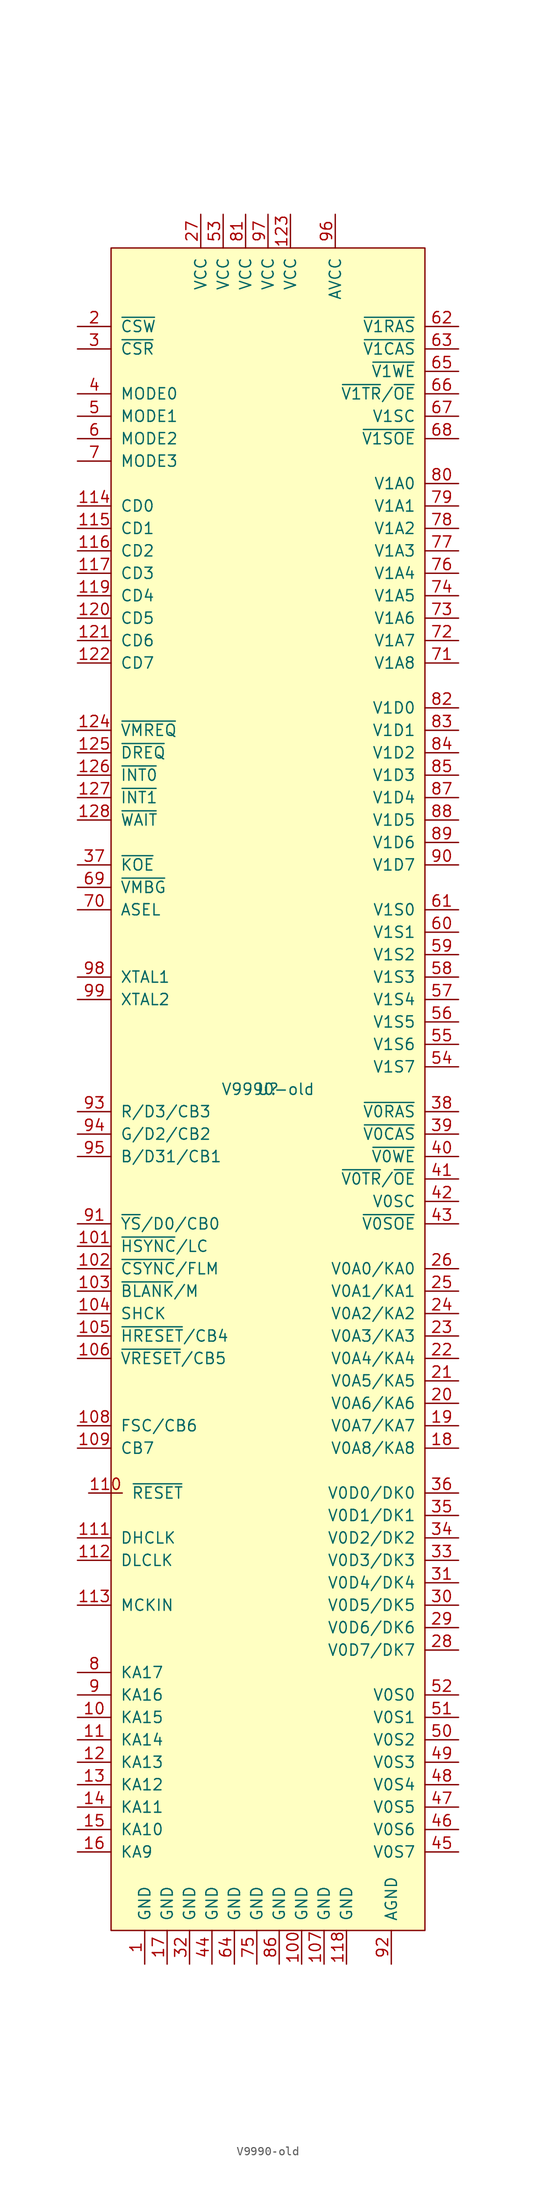
<source format=kicad_sym>
(kicad_symbol_lib
  (version 20211014)
  (generator kicad_symbol_editor)
  (symbol "V9990-old"
    (pin_names
      (offset 1.016))
    (property "Reference" "U"
      (at 0 0 0)
      (effects (font (size 1.27 1.27))))
    (property "Value" "V9990-old"
      (at 0 0 0)
      (effects (font (size 1.27 1.27))))
    (symbol "V9990-old_0_1"
      (rectangle (start 17.78 -95.25) (end -17.78 95.25) (stroke (width 0) (type default) (color 0 0 0 0)) (fill (type background))))
    (symbol "V9990-old_1_1"
      (pin power_in line (at -13.97 -99.06 90) (length 3.81) (name "GND" (effects (font (size 1.27 1.27)))) (number "1" (effects (font (size 1.27 1.27)))))
      (pin output line (at -21.59 -71.12 0) (length 3.81) (name "KA15" (effects (font (size 1.27 1.27)))) (number "10" (effects (font (size 1.27 1.27)))))
      (pin power_in line (at 3.81 -99.06 90) (length 3.81) (name "GND" (effects (font (size 1.27 1.27)))) (number "100" (effects (font (size 1.27 1.27)))))
      (pin output line (at -21.59 -17.78 0) (length 3.81) (name "~{HSYNC}/LC" (effects (font (size 1.27 1.27)))) (number "101" (effects (font (size 1.27 1.27)))))
      (pin output line (at -21.59 -20.32 0) (length 3.81) (name "~{CSYNC}/FLM" (effects (font (size 1.27 1.27)))) (number "102" (effects (font (size 1.27 1.27)))))
      (pin output line (at -21.59 -22.86 0) (length 3.81) (name "~{BLANK}/M" (effects (font (size 1.27 1.27)))) (number "103" (effects (font (size 1.27 1.27)))))
      (pin output line (at -21.59 -25.4 0) (length 3.81) (name "SHCK" (effects (font (size 1.27 1.27)))) (number "104" (effects (font (size 1.27 1.27)))))
      (pin bidirectional line (at -21.59 -27.94 0) (length 3.81) (name "~{HRESET}/CB4" (effects (font (size 1.27 1.27)))) (number "105" (effects (font (size 1.27 1.27)))))
      (pin bidirectional line (at -21.59 -30.48 0) (length 3.81) (name "~{VRESET}/CB5" (effects (font (size 1.27 1.27)))) (number "106" (effects (font (size 1.27 1.27)))))
      (pin power_in line (at 6.35 -99.06 90) (length 3.81) (name "GND" (effects (font (size 1.27 1.27)))) (number "107" (effects (font (size 1.27 1.27)))))
      (pin output line (at -21.59 -38.1 0) (length 3.81) (name "FSC/CB6" (effects (font (size 1.27 1.27)))) (number "108" (effects (font (size 1.27 1.27)))))
      (pin output line (at -21.59 -40.64 0) (length 3.81) (name "CB7" (effects (font (size 1.27 1.27)))) (number "109" (effects (font (size 1.27 1.27)))))
      (pin output line (at -21.59 -73.66 0) (length 3.81) (name "KA14" (effects (font (size 1.27 1.27)))) (number "11" (effects (font (size 1.27 1.27)))))
      (pin input line (at -20.32 -45.72 0) (length 3.81) (name "~{RESET}" (effects (font (size 1.27 1.27)))) (number "110" (effects (font (size 1.27 1.27)))))
      (pin output line (at -21.59 -50.8 0) (length 3.81) (name "DHCLK" (effects (font (size 1.27 1.27)))) (number "111" (effects (font (size 1.27 1.27)))))
      (pin output line (at -21.59 -53.34 0) (length 3.81) (name "DLCLK" (effects (font (size 1.27 1.27)))) (number "112" (effects (font (size 1.27 1.27)))))
      (pin input line (at -21.59 -58.42 0) (length 3.81) (name "MCKIN" (effects (font (size 1.27 1.27)))) (number "113" (effects (font (size 1.27 1.27)))))
      (pin bidirectional line (at -21.59 66.04 0) (length 3.81) (name "CD0" (effects (font (size 1.27 1.27)))) (number "114" (effects (font (size 1.27 1.27)))))
      (pin bidirectional line (at -21.59 63.5 0) (length 3.81) (name "CD1" (effects (font (size 1.27 1.27)))) (number "115" (effects (font (size 1.27 1.27)))))
      (pin bidirectional line (at -21.59 60.96 0) (length 3.81) (name "CD2" (effects (font (size 1.27 1.27)))) (number "116" (effects (font (size 1.27 1.27)))))
      (pin bidirectional line (at -21.59 58.42 0) (length 3.81) (name "CD3" (effects (font (size 1.27 1.27)))) (number "117" (effects (font (size 1.27 1.27)))))
      (pin power_in line (at 8.89 -99.06 90) (length 3.81) (name "GND" (effects (font (size 1.27 1.27)))) (number "118" (effects (font (size 1.27 1.27)))))
      (pin bidirectional line (at -21.59 55.88 0) (length 3.81) (name "CD4" (effects (font (size 1.27 1.27)))) (number "119" (effects (font (size 1.27 1.27)))))
      (pin output line (at -21.59 -76.2 0) (length 3.81) (name "KA13" (effects (font (size 1.27 1.27)))) (number "12" (effects (font (size 1.27 1.27)))))
      (pin bidirectional line (at -21.59 53.34 0) (length 3.81) (name "CD5" (effects (font (size 1.27 1.27)))) (number "120" (effects (font (size 1.27 1.27)))))
      (pin bidirectional line (at -21.59 50.8 0) (length 3.81) (name "CD6" (effects (font (size 1.27 1.27)))) (number "121" (effects (font (size 1.27 1.27)))))
      (pin bidirectional line (at -21.59 48.26 0) (length 3.81) (name "CD7" (effects (font (size 1.27 1.27)))) (number "122" (effects (font (size 1.27 1.27)))))
      (pin power_in line (at 2.54 99.06 270) (length 3.81) (name "VCC" (effects (font (size 1.27 1.27)))) (number "123" (effects (font (size 1.27 1.27)))))
      (pin input line (at -21.59 40.64 0) (length 3.81) (name "~{VMREQ}" (effects (font (size 1.27 1.27)))) (number "124" (effects (font (size 1.27 1.27)))))
      (pin output line (at -21.59 38.1 0) (length 3.81) (name "~{DREQ}" (effects (font (size 1.27 1.27)))) (number "125" (effects (font (size 1.27 1.27)))))
      (pin open_collector line (at -21.59 35.56 0) (length 3.81) (name "~{INT0}" (effects (font (size 1.27 1.27)))) (number "126" (effects (font (size 1.27 1.27)))))
      (pin open_collector line (at -21.59 33.02 0) (length 3.81) (name "~{INT1}" (effects (font (size 1.27 1.27)))) (number "127" (effects (font (size 1.27 1.27)))))
      (pin output line (at -21.59 30.48 0) (length 3.81) (name "~{WAIT}" (effects (font (size 1.27 1.27)))) (number "128" (effects (font (size 1.27 1.27)))))
      (pin output line (at -21.59 -78.74 0) (length 3.81) (name "KA12" (effects (font (size 1.27 1.27)))) (number "13" (effects (font (size 1.27 1.27)))))
      (pin output line (at -21.59 -81.28 0) (length 3.81) (name "KA11" (effects (font (size 1.27 1.27)))) (number "14" (effects (font (size 1.27 1.27)))))
      (pin output line (at -21.59 -83.82 0) (length 3.81) (name "KA10" (effects (font (size 1.27 1.27)))) (number "15" (effects (font (size 1.27 1.27)))))
      (pin output line (at -21.59 -86.36 0) (length 3.81) (name "KA9" (effects (font (size 1.27 1.27)))) (number "16" (effects (font (size 1.27 1.27)))))
      (pin power_in line (at -11.43 -99.06 90) (length 3.81) (name "GND" (effects (font (size 1.27 1.27)))) (number "17" (effects (font (size 1.27 1.27)))))
      (pin output line (at 21.59 -40.64 180) (length 3.81) (name "V0A8/KA8" (effects (font (size 1.27 1.27)))) (number "18" (effects (font (size 1.27 1.27)))))
      (pin output line (at 21.59 -38.1 180) (length 3.81) (name "V0A7/KA7" (effects (font (size 1.27 1.27)))) (number "19" (effects (font (size 1.27 1.27)))))
      (pin input line (at -21.59 86.36 0) (length 3.81) (name "~{CSW}" (effects (font (size 1.27 1.27)))) (number "2" (effects (font (size 1.27 1.27)))))
      (pin output line (at 21.59 -35.56 180) (length 3.81) (name "V0A6/KA6" (effects (font (size 1.27 1.27)))) (number "20" (effects (font (size 1.27 1.27)))))
      (pin output line (at 21.59 -33.02 180) (length 3.81) (name "V0A5/KA5" (effects (font (size 1.27 1.27)))) (number "21" (effects (font (size 1.27 1.27)))))
      (pin output line (at 21.59 -30.48 180) (length 3.81) (name "V0A4/KA4" (effects (font (size 1.27 1.27)))) (number "22" (effects (font (size 1.27 1.27)))))
      (pin output line (at 21.59 -27.94 180) (length 3.81) (name "V0A3/KA3" (effects (font (size 1.27 1.27)))) (number "23" (effects (font (size 1.27 1.27)))))
      (pin output line (at 21.59 -25.4 180) (length 3.81) (name "V0A2/KA2" (effects (font (size 1.27 1.27)))) (number "24" (effects (font (size 1.27 1.27)))))
      (pin output line (at 21.59 -22.86 180) (length 3.81) (name "V0A1/KA1" (effects (font (size 1.27 1.27)))) (number "25" (effects (font (size 1.27 1.27)))))
      (pin output line (at 21.59 -20.32 180) (length 3.81) (name "V0A0/KA0" (effects (font (size 1.27 1.27)))) (number "26" (effects (font (size 1.27 1.27)))))
      (pin power_in line (at -7.62 99.06 270) (length 3.81) (name "VCC" (effects (font (size 1.27 1.27)))) (number "27" (effects (font (size 1.27 1.27)))))
      (pin bidirectional line (at 21.59 -63.5 180) (length 3.81) (name "V0D7/DK7" (effects (font (size 1.27 1.27)))) (number "28" (effects (font (size 1.27 1.27)))))
      (pin bidirectional line (at 21.59 -60.96 180) (length 3.81) (name "V0D6/DK6" (effects (font (size 1.27 1.27)))) (number "29" (effects (font (size 1.27 1.27)))))
      (pin input line (at -21.59 83.82 0) (length 3.81) (name "~{CSR}" (effects (font (size 1.27 1.27)))) (number "3" (effects (font (size 1.27 1.27)))))
      (pin bidirectional line (at 21.59 -58.42 180) (length 3.81) (name "V0D5/DK5" (effects (font (size 1.27 1.27)))) (number "30" (effects (font (size 1.27 1.27)))))
      (pin bidirectional line (at 21.59 -55.88 180) (length 3.81) (name "V0D4/DK4" (effects (font (size 1.27 1.27)))) (number "31" (effects (font (size 1.27 1.27)))))
      (pin power_in line (at -8.89 -99.06 90) (length 3.81) (name "GND" (effects (font (size 1.27 1.27)))) (number "32" (effects (font (size 1.27 1.27)))))
      (pin bidirectional line (at 21.59 -53.34 180) (length 3.81) (name "V0D3/DK3" (effects (font (size 1.27 1.27)))) (number "33" (effects (font (size 1.27 1.27)))))
      (pin bidirectional line (at 21.59 -50.8 180) (length 3.81) (name "V0D2/DK2" (effects (font (size 1.27 1.27)))) (number "34" (effects (font (size 1.27 1.27)))))
      (pin bidirectional line (at 21.59 -48.26 180) (length 3.81) (name "V0D1/DK1" (effects (font (size 1.27 1.27)))) (number "35" (effects (font (size 1.27 1.27)))))
      (pin bidirectional line (at 21.59 -45.72 180) (length 3.81) (name "V0D0/DK0" (effects (font (size 1.27 1.27)))) (number "36" (effects (font (size 1.27 1.27)))))
      (pin output line (at -21.59 25.4 0) (length 3.81) (name "~{KOE}" (effects (font (size 1.27 1.27)))) (number "37" (effects (font (size 1.27 1.27)))))
      (pin output line (at 21.59 -2.54 180) (length 3.81) (name "~{V0RAS}" (effects (font (size 1.27 1.27)))) (number "38" (effects (font (size 1.27 1.27)))))
      (pin output line (at 21.59 -5.08 180) (length 3.81) (name "~{V0CAS}" (effects (font (size 1.27 1.27)))) (number "39" (effects (font (size 1.27 1.27)))))
      (pin input line (at -21.59 78.74 0) (length 3.81) (name "MODE0" (effects (font (size 1.27 1.27)))) (number "4" (effects (font (size 1.27 1.27)))))
      (pin output line (at 21.59 -7.62 180) (length 3.81) (name "~{V0WE}" (effects (font (size 1.27 1.27)))) (number "40" (effects (font (size 1.27 1.27)))))
      (pin output line (at 21.59 -10.16 180) (length 3.81) (name "~{V0TR}/~{OE}" (effects (font (size 1.27 1.27)))) (number "41" (effects (font (size 1.27 1.27)))))
      (pin output line (at 21.59 -12.7 180) (length 3.81) (name "V0SC" (effects (font (size 1.27 1.27)))) (number "42" (effects (font (size 1.27 1.27)))))
      (pin output line (at 21.59 -15.24 180) (length 3.81) (name "~{V0SOE}" (effects (font (size 1.27 1.27)))) (number "43" (effects (font (size 1.27 1.27)))))
      (pin power_in line (at -6.35 -99.06 90) (length 3.81) (name "GND" (effects (font (size 1.27 1.27)))) (number "44" (effects (font (size 1.27 1.27)))))
      (pin input line (at 21.59 -86.36 180) (length 3.81) (name "V0S7" (effects (font (size 1.27 1.27)))) (number "45" (effects (font (size 1.27 1.27)))))
      (pin input line (at 21.59 -83.82 180) (length 3.81) (name "V0S6" (effects (font (size 1.27 1.27)))) (number "46" (effects (font (size 1.27 1.27)))))
      (pin input line (at 21.59 -81.28 180) (length 3.81) (name "V0S5" (effects (font (size 1.27 1.27)))) (number "47" (effects (font (size 1.27 1.27)))))
      (pin input line (at 21.59 -78.74 180) (length 3.81) (name "V0S4" (effects (font (size 1.27 1.27)))) (number "48" (effects (font (size 1.27 1.27)))))
      (pin input line (at 21.59 -76.2 180) (length 3.81) (name "V0S3" (effects (font (size 1.27 1.27)))) (number "49" (effects (font (size 1.27 1.27)))))
      (pin input line (at -21.59 76.2 0) (length 3.81) (name "MODE1" (effects (font (size 1.27 1.27)))) (number "5" (effects (font (size 1.27 1.27)))))
      (pin input line (at 21.59 -73.66 180) (length 3.81) (name "V0S2" (effects (font (size 1.27 1.27)))) (number "50" (effects (font (size 1.27 1.27)))))
      (pin input line (at 21.59 -71.12 180) (length 3.81) (name "V0S1" (effects (font (size 1.27 1.27)))) (number "51" (effects (font (size 1.27 1.27)))))
      (pin input line (at 21.59 -68.58 180) (length 3.81) (name "V0S0" (effects (font (size 1.27 1.27)))) (number "52" (effects (font (size 1.27 1.27)))))
      (pin power_in line (at -5.08 99.06 270) (length 3.81) (name "VCC" (effects (font (size 1.27 1.27)))) (number "53" (effects (font (size 1.27 1.27)))))
      (pin input line (at 21.59 2.54 180) (length 3.81) (name "V1S7" (effects (font (size 1.27 1.27)))) (number "54" (effects (font (size 1.27 1.27)))))
      (pin input line (at 21.59 5.08 180) (length 3.81) (name "V1S6" (effects (font (size 1.27 1.27)))) (number "55" (effects (font (size 1.27 1.27)))))
      (pin input line (at 21.59 7.62 180) (length 3.81) (name "V1S5" (effects (font (size 1.27 1.27)))) (number "56" (effects (font (size 1.27 1.27)))))
      (pin input line (at 21.59 10.16 180) (length 3.81) (name "V1S4" (effects (font (size 1.27 1.27)))) (number "57" (effects (font (size 1.27 1.27)))))
      (pin input line (at 21.59 12.7 180) (length 3.81) (name "V1S3" (effects (font (size 1.27 1.27)))) (number "58" (effects (font (size 1.27 1.27)))))
      (pin input line (at 21.59 15.24 180) (length 3.81) (name "V1S2" (effects (font (size 1.27 1.27)))) (number "59" (effects (font (size 1.27 1.27)))))
      (pin input line (at -21.59 73.66 0) (length 3.81) (name "MODE2" (effects (font (size 1.27 1.27)))) (number "6" (effects (font (size 1.27 1.27)))))
      (pin input line (at 21.59 17.78 180) (length 3.81) (name "V1S1" (effects (font (size 1.27 1.27)))) (number "60" (effects (font (size 1.27 1.27)))))
      (pin input line (at 21.59 20.32 180) (length 3.81) (name "V1S0" (effects (font (size 1.27 1.27)))) (number "61" (effects (font (size 1.27 1.27)))))
      (pin output line (at 21.59 86.36 180) (length 3.81) (name "~{V1RAS}" (effects (font (size 1.27 1.27)))) (number "62" (effects (font (size 1.27 1.27)))))
      (pin output line (at 21.59 83.82 180) (length 3.81) (name "~{V1CAS}" (effects (font (size 1.27 1.27)))) (number "63" (effects (font (size 1.27 1.27)))))
      (pin power_in line (at -3.81 -99.06 90) (length 3.81) (name "GND" (effects (font (size 1.27 1.27)))) (number "64" (effects (font (size 1.27 1.27)))))
      (pin output line (at 21.59 81.28 180) (length 3.81) (name "~{V1WE}" (effects (font (size 1.27 1.27)))) (number "65" (effects (font (size 1.27 1.27)))))
      (pin output line (at 21.59 78.74 180) (length 3.81) (name "~{V1TR}/~{OE}" (effects (font (size 1.27 1.27)))) (number "66" (effects (font (size 1.27 1.27)))))
      (pin output line (at 21.59 76.2 180) (length 3.81) (name "V1SC" (effects (font (size 1.27 1.27)))) (number "67" (effects (font (size 1.27 1.27)))))
      (pin output line (at 21.59 73.66 180) (length 3.81) (name "~{V1SOE}" (effects (font (size 1.27 1.27)))) (number "68" (effects (font (size 1.27 1.27)))))
      (pin output line (at -21.59 22.86 0) (length 3.81) (name "~{VMBG}" (effects (font (size 1.27 1.27)))) (number "69" (effects (font (size 1.27 1.27)))))
      (pin input line (at -21.59 71.12 0) (length 3.81) (name "MODE3" (effects (font (size 1.27 1.27)))) (number "7" (effects (font (size 1.27 1.27)))))
      (pin output line (at -21.59 20.32 0) (length 3.81) (name "ASEL" (effects (font (size 1.27 1.27)))) (number "70" (effects (font (size 1.27 1.27)))))
      (pin output line (at 21.59 48.26 180) (length 3.81) (name "V1A8" (effects (font (size 1.27 1.27)))) (number "71" (effects (font (size 1.27 1.27)))))
      (pin output line (at 21.59 50.8 180) (length 3.81) (name "V1A7" (effects (font (size 1.27 1.27)))) (number "72" (effects (font (size 1.27 1.27)))))
      (pin output line (at 21.59 53.34 180) (length 3.81) (name "V1A6" (effects (font (size 1.27 1.27)))) (number "73" (effects (font (size 1.27 1.27)))))
      (pin output line (at 21.59 55.88 180) (length 3.81) (name "V1A5" (effects (font (size 1.27 1.27)))) (number "74" (effects (font (size 1.27 1.27)))))
      (pin power_in line (at -1.27 -99.06 90) (length 3.81) (name "GND" (effects (font (size 1.27 1.27)))) (number "75" (effects (font (size 1.27 1.27)))))
      (pin output line (at 21.59 58.42 180) (length 3.81) (name "V1A4" (effects (font (size 1.27 1.27)))) (number "76" (effects (font (size 1.27 1.27)))))
      (pin output line (at 21.59 60.96 180) (length 3.81) (name "V1A3" (effects (font (size 1.27 1.27)))) (number "77" (effects (font (size 1.27 1.27)))))
      (pin output line (at 21.59 63.5 180) (length 3.81) (name "V1A2" (effects (font (size 1.27 1.27)))) (number "78" (effects (font (size 1.27 1.27)))))
      (pin output line (at 21.59 66.04 180) (length 3.81) (name "V1A1" (effects (font (size 1.27 1.27)))) (number "79" (effects (font (size 1.27 1.27)))))
      (pin output line (at -21.59 -66.04 0) (length 3.81) (name "KA17" (effects (font (size 1.27 1.27)))) (number "8" (effects (font (size 1.27 1.27)))))
      (pin output line (at 21.59 68.58 180) (length 3.81) (name "V1A0" (effects (font (size 1.27 1.27)))) (number "80" (effects (font (size 1.27 1.27)))))
      (pin power_in line (at -2.54 99.06 270) (length 3.81) (name "VCC" (effects (font (size 1.27 1.27)))) (number "81" (effects (font (size 1.27 1.27)))))
      (pin bidirectional line (at 21.59 43.18 180) (length 3.81) (name "V1D0" (effects (font (size 1.27 1.27)))) (number "82" (effects (font (size 1.27 1.27)))))
      (pin bidirectional line (at 21.59 40.64 180) (length 3.81) (name "V1D1" (effects (font (size 1.27 1.27)))) (number "83" (effects (font (size 1.27 1.27)))))
      (pin bidirectional line (at 21.59 38.1 180) (length 3.81) (name "V1D2" (effects (font (size 1.27 1.27)))) (number "84" (effects (font (size 1.27 1.27)))))
      (pin bidirectional line (at 21.59 35.56 180) (length 3.81) (name "V1D3" (effects (font (size 1.27 1.27)))) (number "85" (effects (font (size 1.27 1.27)))))
      (pin power_in line (at 1.27 -99.06 90) (length 3.81) (name "GND" (effects (font (size 1.27 1.27)))) (number "86" (effects (font (size 1.27 1.27)))))
      (pin bidirectional line (at 21.59 33.02 180) (length 3.81) (name "V1D4" (effects (font (size 1.27 1.27)))) (number "87" (effects (font (size 1.27 1.27)))))
      (pin bidirectional line (at 21.59 30.48 180) (length 3.81) (name "V1D5" (effects (font (size 1.27 1.27)))) (number "88" (effects (font (size 1.27 1.27)))))
      (pin bidirectional line (at 21.59 27.94 180) (length 3.81) (name "V1D6" (effects (font (size 1.27 1.27)))) (number "89" (effects (font (size 1.27 1.27)))))
      (pin output line (at -21.59 -68.58 0) (length 3.81) (name "KA16" (effects (font (size 1.27 1.27)))) (number "9" (effects (font (size 1.27 1.27)))))
      (pin bidirectional line (at 21.59 25.4 180) (length 3.81) (name "V1D7" (effects (font (size 1.27 1.27)))) (number "90" (effects (font (size 1.27 1.27)))))
      (pin output line (at -21.59 -15.24 0) (length 3.81) (name "~{YS}/D0/CB0" (effects (font (size 1.27 1.27)))) (number "91" (effects (font (size 1.27 1.27)))))
      (pin power_in line (at 13.97 -99.06 90) (length 3.81) (name "AGND" (effects (font (size 1.27 1.27)))) (number "92" (effects (font (size 1.27 1.27)))))
      (pin output line (at -21.59 -2.54 0) (length 3.81) (name "R/D3/CB3" (effects (font (size 1.27 1.27)))) (number "93" (effects (font (size 1.27 1.27)))))
      (pin output line (at -21.59 -5.08 0) (length 3.81) (name "G/D2/CB2" (effects (font (size 1.27 1.27)))) (number "94" (effects (font (size 1.27 1.27)))))
      (pin output line (at -21.59 -7.62 0) (length 3.81) (name "B/D31/CB1" (effects (font (size 1.27 1.27)))) (number "95" (effects (font (size 1.27 1.27)))))
      (pin power_in line (at 7.62 99.06 270) (length 3.81) (name "AVCC" (effects (font (size 1.27 1.27)))) (number "96" (effects (font (size 1.27 1.27)))))
      (pin power_in line (at 0 99.06 270) (length 3.81) (name "VCC" (effects (font (size 1.27 1.27)))) (number "97" (effects (font (size 1.27 1.27)))))
      (pin input line (at -21.59 12.7 0) (length 3.81) (name "XTAL1" (effects (font (size 1.27 1.27)))) (number "98" (effects (font (size 1.27 1.27)))))
      (pin output line (at -21.59 10.16 0) (length 3.81) (name "XTAL2" (effects (font (size 1.27 1.27)))) (number "99" (effects (font (size 1.27 1.27))))))))
</source>
